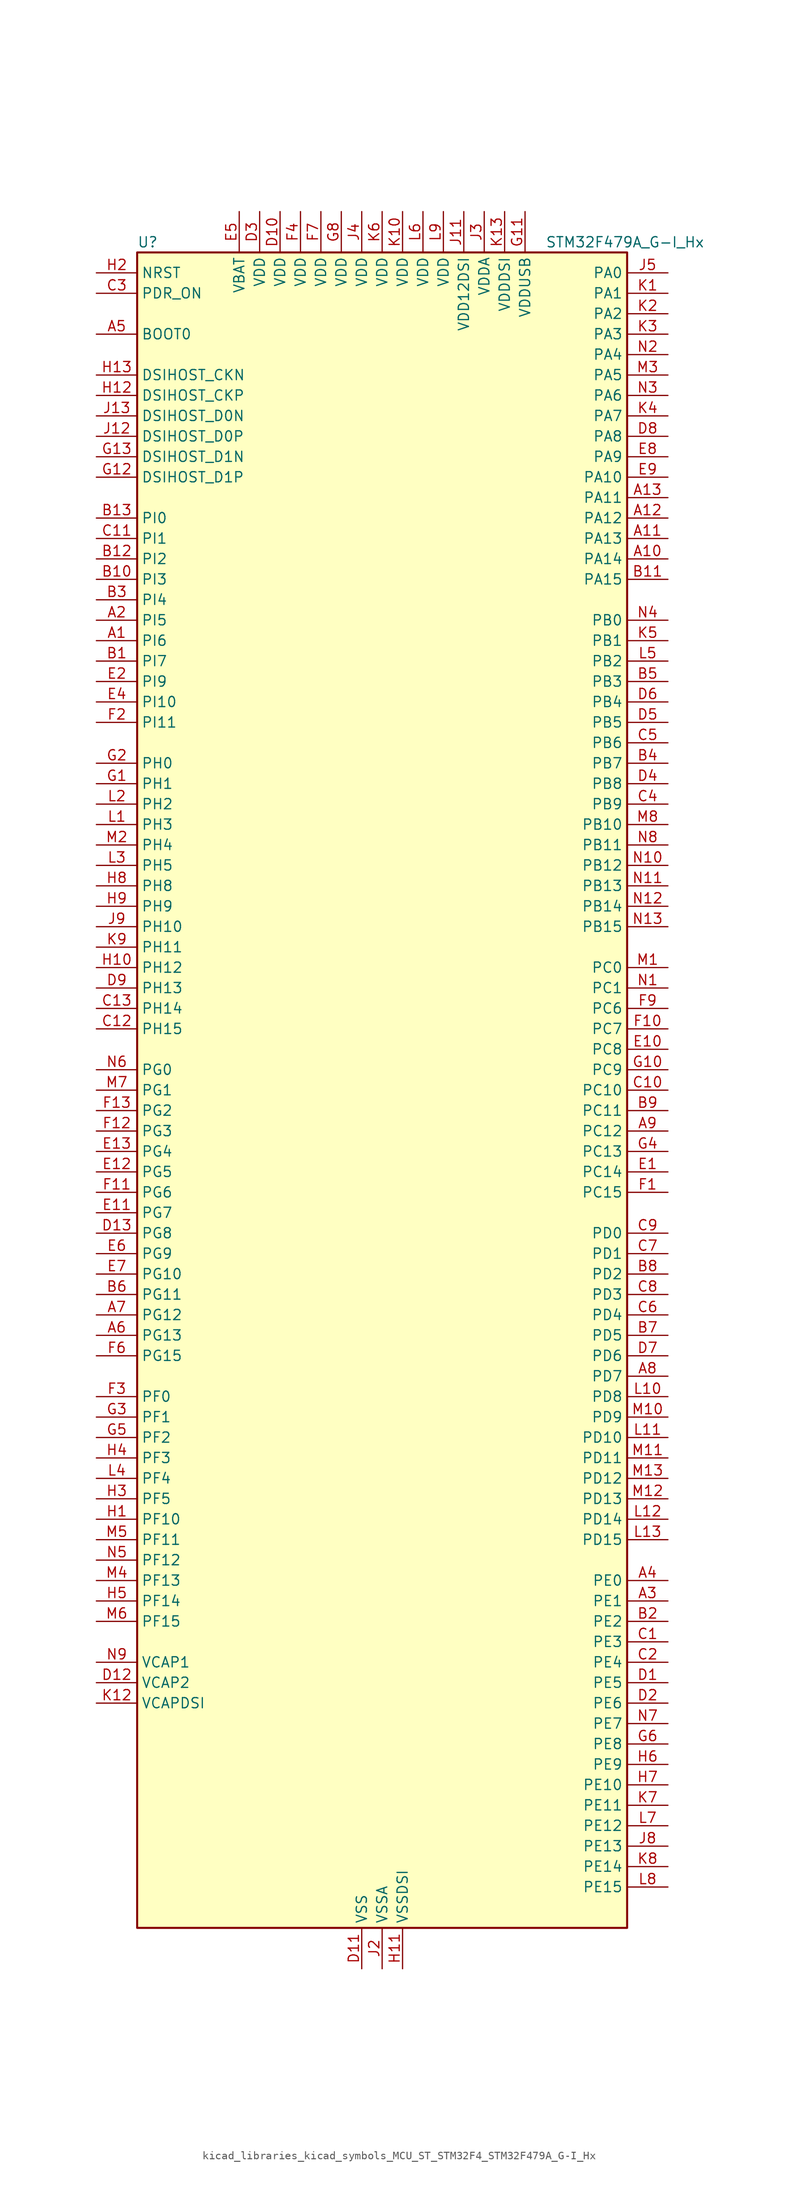
<source format=kicad_sym>
(kicad_symbol_lib
  (version 20220914)
  (generator kicad_symbol_editor)
  (symbol "kicad_libraries_kicad_symbols_MCU_ST_STM32F4_STM32F479A_G-I_Hx"
    (property "Reference" "U"
      (at -30.48 105.41 0)
      (effects (font (size 1.27 1.27)) (justify left)))
    (property "Value" "STM32F479A_G-I_Hx"
      (at 20.32 105.41 0)
      (effects (font (size 1.27 1.27)) (justify left)))
    (property "ki_locked" ""
      (at 0 0 0)
      (effects (font (size 1.27 1.27))))
    (symbol "kicad_libraries_kicad_symbols_MCU_ST_STM32F4_STM32F479A_G-I_Hx_0_1"
      (rectangle (start -30.48 -104.14) (end 30.48 104.14) (stroke (width 0.254) (type default)) (fill (type background))))
    (symbol "kicad_libraries_kicad_symbols_MCU_ST_STM32F4_STM32F479A_G-I_Hx_1_1"
      (pin bidirectional line (at -35.56 55.88 0) (length 5.08) (name "PI6" (effects (font (size 1.27 1.27)))) (number "A1" (effects (font (size 1.27 1.27)))) (alternate "DCMI_D6" bidirectional line) (alternate "FMC_D28" bidirectional line) (alternate "LTDC_B6" bidirectional line) (alternate "TIM8_CH2" bidirectional line))
      (pin bidirectional line (at 35.56 66.04 180) (length 5.08) (name "PA14" (effects (font (size 1.27 1.27)))) (number "A10" (effects (font (size 1.27 1.27)))) (alternate "SYS_JTCK-SWCLK" bidirectional line))
      (pin bidirectional line (at 35.56 68.58 180) (length 5.08) (name "PA13" (effects (font (size 1.27 1.27)))) (number "A11" (effects (font (size 1.27 1.27)))) (alternate "SYS_JTMS-SWDIO" bidirectional line))
      (pin bidirectional line (at 35.56 71.12 180) (length 5.08) (name "PA12" (effects (font (size 1.27 1.27)))) (number "A12" (effects (font (size 1.27 1.27)))) (alternate "CAN1_TX" bidirectional line) (alternate "LTDC_R5" bidirectional line) (alternate "TIM1_ETR" bidirectional line) (alternate "USART1_RTS" bidirectional line) (alternate "USB_OTG_FS_DP" bidirectional line))
      (pin bidirectional line (at 35.56 73.66 180) (length 5.08) (name "PA11" (effects (font (size 1.27 1.27)))) (number "A13" (effects (font (size 1.27 1.27)))) (alternate "ADC1_EXTI11" bidirectional line) (alternate "ADC2_EXTI11" bidirectional line) (alternate "ADC3_EXTI11" bidirectional line) (alternate "CAN1_RX" bidirectional line) (alternate "LTDC_R4" bidirectional line) (alternate "TIM1_CH4" bidirectional line) (alternate "USART1_CTS" bidirectional line) (alternate "USB_OTG_FS_DM" bidirectional line))
      (pin bidirectional line (at -35.56 58.42 0) (length 5.08) (name "PI5" (effects (font (size 1.27 1.27)))) (number "A2" (effects (font (size 1.27 1.27)))) (alternate "DCMI_VSYNC" bidirectional line) (alternate "FMC_NBL3" bidirectional line) (alternate "LTDC_B5" bidirectional line) (alternate "TIM8_CH1" bidirectional line))
      (pin bidirectional line (at 35.56 -63.5 180) (length 5.08) (name "PE1" (effects (font (size 1.27 1.27)))) (number "A3" (effects (font (size 1.27 1.27)))) (alternate "DCMI_D3" bidirectional line) (alternate "FMC_NBL1" bidirectional line) (alternate "UART8_TX" bidirectional line))
      (pin bidirectional line (at 35.56 -60.96 180) (length 5.08) (name "PE0" (effects (font (size 1.27 1.27)))) (number "A4" (effects (font (size 1.27 1.27)))) (alternate "DCMI_D2" bidirectional line) (alternate "FMC_NBL0" bidirectional line) (alternate "TIM4_ETR" bidirectional line) (alternate "UART8_RX" bidirectional line))
      (pin input line (at -35.56 93.98 0) (length 5.08) (name "BOOT0" (effects (font (size 1.27 1.27)))) (number "A5" (effects (font (size 1.27 1.27)))))
      (pin bidirectional line (at -35.56 -30.48 0) (length 5.08) (name "PG13" (effects (font (size 1.27 1.27)))) (number "A6" (effects (font (size 1.27 1.27)))) (alternate "FMC_A24" bidirectional line) (alternate "LTDC_R0" bidirectional line) (alternate "SPI6_SCK" bidirectional line) (alternate "SYS_TRACED0" bidirectional line) (alternate "USART6_CTS" bidirectional line))
      (pin bidirectional line (at -35.56 -27.94 0) (length 5.08) (name "PG12" (effects (font (size 1.27 1.27)))) (number "A7" (effects (font (size 1.27 1.27)))) (alternate "FMC_NE4" bidirectional line) (alternate "LTDC_B1" bidirectional line) (alternate "LTDC_B4" bidirectional line) (alternate "SPI6_MISO" bidirectional line) (alternate "USART6_RTS" bidirectional line))
      (pin bidirectional line (at 35.56 -35.56 180) (length 5.08) (name "PD7" (effects (font (size 1.27 1.27)))) (number "A8" (effects (font (size 1.27 1.27)))) (alternate "FMC_NE1" bidirectional line) (alternate "USART2_CK" bidirectional line))
      (pin bidirectional line (at 35.56 -5.08 180) (length 5.08) (name "PC12" (effects (font (size 1.27 1.27)))) (number "A9" (effects (font (size 1.27 1.27)))) (alternate "DCMI_D9" bidirectional line) (alternate "I2S3_SD" bidirectional line) (alternate "SDIO_CK" bidirectional line) (alternate "SPI3_MOSI" bidirectional line) (alternate "SYS_TRACED3" bidirectional line) (alternate "UART5_TX" bidirectional line) (alternate "USART3_CK" bidirectional line))
      (pin bidirectional line (at -35.56 53.34 0) (length 5.08) (name "PI7" (effects (font (size 1.27 1.27)))) (number "B1" (effects (font (size 1.27 1.27)))) (alternate "DCMI_D7" bidirectional line) (alternate "FMC_D29" bidirectional line) (alternate "LTDC_B7" bidirectional line) (alternate "TIM8_CH3" bidirectional line))
      (pin bidirectional line (at -35.56 63.5 0) (length 5.08) (name "PI3" (effects (font (size 1.27 1.27)))) (number "B10" (effects (font (size 1.27 1.27)))) (alternate "DCMI_D10" bidirectional line) (alternate "FMC_D27" bidirectional line) (alternate "I2S2_SD" bidirectional line) (alternate "SPI2_MOSI" bidirectional line) (alternate "TIM8_ETR" bidirectional line))
      (pin bidirectional line (at 35.56 63.5 180) (length 5.08) (name "PA15" (effects (font (size 1.27 1.27)))) (number "B11" (effects (font (size 1.27 1.27)))) (alternate "ADC1_EXTI15" bidirectional line) (alternate "ADC2_EXTI15" bidirectional line) (alternate "ADC3_EXTI15" bidirectional line) (alternate "I2S3_WS" bidirectional line) (alternate "SPI1_NSS" bidirectional line) (alternate "SPI3_NSS" bidirectional line) (alternate "SYS_JTDI" bidirectional line) (alternate "TIM2_CH1" bidirectional line) (alternate "TIM2_ETR" bidirectional line))
      (pin bidirectional line (at -35.56 66.04 0) (length 5.08) (name "PI2" (effects (font (size 1.27 1.27)))) (number "B12" (effects (font (size 1.27 1.27)))) (alternate "DCMI_D9" bidirectional line) (alternate "FMC_D26" bidirectional line) (alternate "I2S2_ext_SD" bidirectional line) (alternate "LTDC_G7" bidirectional line) (alternate "SPI2_MISO" bidirectional line) (alternate "TIM8_CH4" bidirectional line))
      (pin bidirectional line (at -35.56 71.12 0) (length 5.08) (name "PI0" (effects (font (size 1.27 1.27)))) (number "B13" (effects (font (size 1.27 1.27)))) (alternate "DCMI_D13" bidirectional line) (alternate "FMC_D24" bidirectional line) (alternate "I2S2_WS" bidirectional line) (alternate "LTDC_G5" bidirectional line) (alternate "SPI2_NSS" bidirectional line) (alternate "TIM5_CH4" bidirectional line))
      (pin bidirectional line (at 35.56 -66.04 180) (length 5.08) (name "PE2" (effects (font (size 1.27 1.27)))) (number "B2" (effects (font (size 1.27 1.27)))) (alternate "FMC_A23" bidirectional line) (alternate "QUADSPI_BK1_IO2" bidirectional line) (alternate "SAI1_MCLK_A" bidirectional line) (alternate "SPI4_SCK" bidirectional line) (alternate "SYS_TRACECLK" bidirectional line))
      (pin bidirectional line (at -35.56 60.96 0) (length 5.08) (name "PI4" (effects (font (size 1.27 1.27)))) (number "B3" (effects (font (size 1.27 1.27)))) (alternate "DCMI_D5" bidirectional line) (alternate "FMC_NBL2" bidirectional line) (alternate "LTDC_B4" bidirectional line) (alternate "TIM8_BKIN" bidirectional line))
      (pin bidirectional line (at 35.56 40.64 180) (length 5.08) (name "PB7" (effects (font (size 1.27 1.27)))) (number "B4" (effects (font (size 1.27 1.27)))) (alternate "DCMI_VSYNC" bidirectional line) (alternate "FMC_NL" bidirectional line) (alternate "I2C1_SDA" bidirectional line) (alternate "TIM4_CH2" bidirectional line) (alternate "USART1_RX" bidirectional line))
      (pin bidirectional line (at 35.56 50.8 180) (length 5.08) (name "PB3" (effects (font (size 1.27 1.27)))) (number "B5" (effects (font (size 1.27 1.27)))) (alternate "I2S3_CK" bidirectional line) (alternate "SPI1_SCK" bidirectional line) (alternate "SPI3_SCK" bidirectional line) (alternate "SYS_JTDO-SWO" bidirectional line) (alternate "TIM2_CH2" bidirectional line))
      (pin bidirectional line (at -35.56 -25.4 0) (length 5.08) (name "PG11" (effects (font (size 1.27 1.27)))) (number "B6" (effects (font (size 1.27 1.27)))) (alternate "ADC1_EXTI11" bidirectional line) (alternate "ADC2_EXTI11" bidirectional line) (alternate "ADC3_EXTI11" bidirectional line) (alternate "DCMI_D3" bidirectional line) (alternate "LTDC_B3" bidirectional line))
      (pin bidirectional line (at 35.56 -30.48 180) (length 5.08) (name "PD5" (effects (font (size 1.27 1.27)))) (number "B7" (effects (font (size 1.27 1.27)))) (alternate "FMC_NWE" bidirectional line) (alternate "USART2_TX" bidirectional line))
      (pin bidirectional line (at 35.56 -22.86 180) (length 5.08) (name "PD2" (effects (font (size 1.27 1.27)))) (number "B8" (effects (font (size 1.27 1.27)))) (alternate "DCMI_D11" bidirectional line) (alternate "SDIO_CMD" bidirectional line) (alternate "SYS_TRACED2" bidirectional line) (alternate "TIM3_ETR" bidirectional line) (alternate "UART5_RX" bidirectional line))
      (pin bidirectional line (at 35.56 -2.54 180) (length 5.08) (name "PC11" (effects (font (size 1.27 1.27)))) (number "B9" (effects (font (size 1.27 1.27)))) (alternate "ADC1_EXTI11" bidirectional line) (alternate "ADC2_EXTI11" bidirectional line) (alternate "ADC3_EXTI11" bidirectional line) (alternate "DCMI_D4" bidirectional line) (alternate "I2S3_ext_SD" bidirectional line) (alternate "QUADSPI_BK2_NCS" bidirectional line) (alternate "SDIO_D3" bidirectional line) (alternate "SPI3_MISO" bidirectional line) (alternate "UART4_RX" bidirectional line) (alternate "USART3_RX" bidirectional line))
      (pin bidirectional line (at 35.56 -68.58 180) (length 5.08) (name "PE3" (effects (font (size 1.27 1.27)))) (number "C1" (effects (font (size 1.27 1.27)))) (alternate "FMC_A19" bidirectional line) (alternate "SAI1_SD_B" bidirectional line) (alternate "SYS_TRACED0" bidirectional line))
      (pin bidirectional line (at 35.56 0 180) (length 5.08) (name "PC10" (effects (font (size 1.27 1.27)))) (number "C10" (effects (font (size 1.27 1.27)))) (alternate "DCMI_D8" bidirectional line) (alternate "I2S3_CK" bidirectional line) (alternate "LTDC_R2" bidirectional line) (alternate "QUADSPI_BK1_IO1" bidirectional line) (alternate "SDIO_D2" bidirectional line) (alternate "SPI3_SCK" bidirectional line) (alternate "UART4_TX" bidirectional line) (alternate "USART3_TX" bidirectional line))
      (pin bidirectional line (at -35.56 68.58 0) (length 5.08) (name "PI1" (effects (font (size 1.27 1.27)))) (number "C11" (effects (font (size 1.27 1.27)))) (alternate "DCMI_D8" bidirectional line) (alternate "FMC_D25" bidirectional line) (alternate "I2S2_CK" bidirectional line) (alternate "LTDC_G6" bidirectional line) (alternate "SPI2_SCK" bidirectional line))
      (pin bidirectional line (at -35.56 7.62 0) (length 5.08) (name "PH15" (effects (font (size 1.27 1.27)))) (number "C12" (effects (font (size 1.27 1.27)))) (alternate "ADC1_EXTI15" bidirectional line) (alternate "ADC2_EXTI15" bidirectional line) (alternate "ADC3_EXTI15" bidirectional line) (alternate "DCMI_D11" bidirectional line) (alternate "FMC_D23" bidirectional line) (alternate "LTDC_G4" bidirectional line) (alternate "TIM8_CH3N" bidirectional line))
      (pin bidirectional line (at -35.56 10.16 0) (length 5.08) (name "PH14" (effects (font (size 1.27 1.27)))) (number "C13" (effects (font (size 1.27 1.27)))) (alternate "DCMI_D4" bidirectional line) (alternate "FMC_D22" bidirectional line) (alternate "LTDC_G3" bidirectional line) (alternate "TIM8_CH2N" bidirectional line))
      (pin bidirectional line (at 35.56 -71.12 180) (length 5.08) (name "PE4" (effects (font (size 1.27 1.27)))) (number "C2" (effects (font (size 1.27 1.27)))) (alternate "DCMI_D4" bidirectional line) (alternate "FMC_A20" bidirectional line) (alternate "LTDC_B0" bidirectional line) (alternate "SAI1_FS_A" bidirectional line) (alternate "SPI4_NSS" bidirectional line) (alternate "SYS_TRACED1" bidirectional line))
      (pin input line (at -35.56 99.06 0) (length 5.08) (name "PDR_ON" (effects (font (size 1.27 1.27)))) (number "C3" (effects (font (size 1.27 1.27)))))
      (pin bidirectional line (at 35.56 35.56 180) (length 5.08) (name "PB9" (effects (font (size 1.27 1.27)))) (number "C4" (effects (font (size 1.27 1.27)))) (alternate "CAN1_TX" bidirectional line) (alternate "DAC_EXTI9" bidirectional line) (alternate "DCMI_D7" bidirectional line) (alternate "I2C1_SDA" bidirectional line) (alternate "I2S2_WS" bidirectional line) (alternate "LTDC_B7" bidirectional line) (alternate "SDIO_D5" bidirectional line) (alternate "SPI2_NSS" bidirectional line) (alternate "TIM11_CH1" bidirectional line) (alternate "TIM4_CH4" bidirectional line))
      (pin bidirectional line (at 35.56 43.18 180) (length 5.08) (name "PB6" (effects (font (size 1.27 1.27)))) (number "C5" (effects (font (size 1.27 1.27)))) (alternate "CAN2_TX" bidirectional line) (alternate "DCMI_D5" bidirectional line) (alternate "FMC_SDNE1" bidirectional line) (alternate "I2C1_SCL" bidirectional line) (alternate "QUADSPI_BK1_NCS" bidirectional line) (alternate "TIM4_CH1" bidirectional line) (alternate "USART1_TX" bidirectional line))
      (pin bidirectional line (at 35.56 -27.94 180) (length 5.08) (name "PD4" (effects (font (size 1.27 1.27)))) (number "C6" (effects (font (size 1.27 1.27)))) (alternate "FMC_NOE" bidirectional line) (alternate "USART2_RTS" bidirectional line))
      (pin bidirectional line (at 35.56 -20.32 180) (length 5.08) (name "PD1" (effects (font (size 1.27 1.27)))) (number "C7" (effects (font (size 1.27 1.27)))) (alternate "CAN1_TX" bidirectional line) (alternate "FMC_D3" bidirectional line) (alternate "FMC_DA3" bidirectional line))
      (pin bidirectional line (at 35.56 -25.4 180) (length 5.08) (name "PD3" (effects (font (size 1.27 1.27)))) (number "C8" (effects (font (size 1.27 1.27)))) (alternate "DCMI_D5" bidirectional line) (alternate "FMC_CLK" bidirectional line) (alternate "I2S2_CK" bidirectional line) (alternate "LTDC_G7" bidirectional line) (alternate "SPI2_SCK" bidirectional line) (alternate "USART2_CTS" bidirectional line))
      (pin bidirectional line (at 35.56 -17.78 180) (length 5.08) (name "PD0" (effects (font (size 1.27 1.27)))) (number "C9" (effects (font (size 1.27 1.27)))) (alternate "CAN1_RX" bidirectional line) (alternate "FMC_D2" bidirectional line) (alternate "FMC_DA2" bidirectional line))
      (pin bidirectional line (at 35.56 -73.66 180) (length 5.08) (name "PE5" (effects (font (size 1.27 1.27)))) (number "D1" (effects (font (size 1.27 1.27)))) (alternate "DCMI_D6" bidirectional line) (alternate "FMC_A21" bidirectional line) (alternate "LTDC_G0" bidirectional line) (alternate "SAI1_SCK_A" bidirectional line) (alternate "SPI4_MISO" bidirectional line) (alternate "SYS_TRACED2" bidirectional line) (alternate "TIM9_CH1" bidirectional line))
      (pin power_in line (at -12.7 109.22 270) (length 5.08) (name "VDD" (effects (font (size 1.27 1.27)))) (number "D10" (effects (font (size 1.27 1.27)))))
      (pin power_in line (at -2.54 -109.22 90) (length 5.08) (name "VSS" (effects (font (size 1.27 1.27)))) (number "D11" (effects (font (size 1.27 1.27)))))
      (pin power_out line (at -35.56 -73.66 0) (length 5.08) (name "VCAP2" (effects (font (size 1.27 1.27)))) (number "D12" (effects (font (size 1.27 1.27)))))
      (pin bidirectional line (at -35.56 -17.78 0) (length 5.08) (name "PG8" (effects (font (size 1.27 1.27)))) (number "D13" (effects (font (size 1.27 1.27)))) (alternate "FMC_SDCLK" bidirectional line) (alternate "LTDC_G7" bidirectional line) (alternate "SPI6_NSS" bidirectional line) (alternate "USART6_RTS" bidirectional line))
      (pin bidirectional line (at 35.56 -76.2 180) (length 5.08) (name "PE6" (effects (font (size 1.27 1.27)))) (number "D2" (effects (font (size 1.27 1.27)))) (alternate "DCMI_D7" bidirectional line) (alternate "FMC_A22" bidirectional line) (alternate "LTDC_G1" bidirectional line) (alternate "SAI1_SD_A" bidirectional line) (alternate "SPI4_MOSI" bidirectional line) (alternate "SYS_TRACED3" bidirectional line) (alternate "TIM9_CH2" bidirectional line))
      (pin power_in line (at -15.24 109.22 270) (length 5.08) (name "VDD" (effects (font (size 1.27 1.27)))) (number "D3" (effects (font (size 1.27 1.27)))))
      (pin bidirectional line (at 35.56 38.1 180) (length 5.08) (name "PB8" (effects (font (size 1.27 1.27)))) (number "D4" (effects (font (size 1.27 1.27)))) (alternate "CAN1_RX" bidirectional line) (alternate "DCMI_D6" bidirectional line) (alternate "I2C1_SCL" bidirectional line) (alternate "LTDC_B6" bidirectional line) (alternate "SDIO_D4" bidirectional line) (alternate "TIM10_CH1" bidirectional line) (alternate "TIM4_CH3" bidirectional line))
      (pin bidirectional line (at 35.56 45.72 180) (length 5.08) (name "PB5" (effects (font (size 1.27 1.27)))) (number "D5" (effects (font (size 1.27 1.27)))) (alternate "CAN2_RX" bidirectional line) (alternate "DCMI_D10" bidirectional line) (alternate "FMC_SDCKE1" bidirectional line) (alternate "I2C1_SMBA" bidirectional line) (alternate "I2S3_SD" bidirectional line) (alternate "LTDC_G7" bidirectional line) (alternate "SPI1_MOSI" bidirectional line) (alternate "SPI3_MOSI" bidirectional line) (alternate "TIM3_CH2" bidirectional line) (alternate "USB_OTG_HS_ULPI_D7" bidirectional line))
      (pin bidirectional line (at 35.56 48.26 180) (length 5.08) (name "PB4" (effects (font (size 1.27 1.27)))) (number "D6" (effects (font (size 1.27 1.27)))) (alternate "I2S3_ext_SD" bidirectional line) (alternate "SPI1_MISO" bidirectional line) (alternate "SPI3_MISO" bidirectional line) (alternate "SYS_JTRST" bidirectional line) (alternate "TIM3_CH1" bidirectional line))
      (pin bidirectional line (at 35.56 -33.02 180) (length 5.08) (name "PD6" (effects (font (size 1.27 1.27)))) (number "D7" (effects (font (size 1.27 1.27)))) (alternate "DCMI_D10" bidirectional line) (alternate "FMC_NWAIT" bidirectional line) (alternate "I2S3_SD" bidirectional line) (alternate "LTDC_B2" bidirectional line) (alternate "SAI1_SD_A" bidirectional line) (alternate "SPI3_MOSI" bidirectional line) (alternate "USART2_RX" bidirectional line))
      (pin bidirectional line (at 35.56 81.28 180) (length 5.08) (name "PA8" (effects (font (size 1.27 1.27)))) (number "D8" (effects (font (size 1.27 1.27)))) (alternate "I2C3_SCL" bidirectional line) (alternate "LTDC_R6" bidirectional line) (alternate "RCC_MCO_1" bidirectional line) (alternate "TIM1_CH1" bidirectional line) (alternate "USART1_CK" bidirectional line) (alternate "USB_OTG_FS_SOF" bidirectional line))
      (pin bidirectional line (at -35.56 12.7 0) (length 5.08) (name "PH13" (effects (font (size 1.27 1.27)))) (number "D9" (effects (font (size 1.27 1.27)))) (alternate "CAN1_TX" bidirectional line) (alternate "FMC_D21" bidirectional line) (alternate "LTDC_G2" bidirectional line) (alternate "TIM8_CH1N" bidirectional line))
      (pin bidirectional line (at 35.56 -10.16 180) (length 5.08) (name "PC14" (effects (font (size 1.27 1.27)))) (number "E1" (effects (font (size 1.27 1.27)))) (alternate "RCC_OSC32_IN" bidirectional line))
      (pin bidirectional line (at 35.56 5.08 180) (length 5.08) (name "PC8" (effects (font (size 1.27 1.27)))) (number "E10" (effects (font (size 1.27 1.27)))) (alternate "DCMI_D2" bidirectional line) (alternate "SDIO_D0" bidirectional line) (alternate "SYS_TRACED1" bidirectional line) (alternate "TIM3_CH3" bidirectional line) (alternate "TIM8_CH3" bidirectional line) (alternate "USART6_CK" bidirectional line))
      (pin bidirectional line (at -35.56 -15.24 0) (length 5.08) (name "PG7" (effects (font (size 1.27 1.27)))) (number "E11" (effects (font (size 1.27 1.27)))) (alternate "DCMI_D13" bidirectional line) (alternate "FMC_INT" bidirectional line) (alternate "LTDC_CLK" bidirectional line) (alternate "SAI1_MCLK_A" bidirectional line) (alternate "USART6_CK" bidirectional line))
      (pin bidirectional line (at -35.56 -10.16 0) (length 5.08) (name "PG5" (effects (font (size 1.27 1.27)))) (number "E12" (effects (font (size 1.27 1.27)))) (alternate "FMC_A15" bidirectional line) (alternate "FMC_BA1" bidirectional line))
      (pin bidirectional line (at -35.56 -7.62 0) (length 5.08) (name "PG4" (effects (font (size 1.27 1.27)))) (number "E13" (effects (font (size 1.27 1.27)))) (alternate "FMC_A14" bidirectional line) (alternate "FMC_BA0" bidirectional line))
      (pin bidirectional line (at -35.56 50.8 0) (length 5.08) (name "PI9" (effects (font (size 1.27 1.27)))) (number "E2" (effects (font (size 1.27 1.27)))) (alternate "CAN1_RX" bidirectional line) (alternate "DAC_EXTI9" bidirectional line) (alternate "FMC_D30" bidirectional line) (alternate "LTDC_VSYNC" bidirectional line))
      (pin passive line (at -2.54 -109.22 90) (length 5.08) hide (name "VSS" (effects (font (size 1.27 1.27)))) (number "E3" (effects (font (size 1.27 1.27)))))
      (pin bidirectional line (at -35.56 48.26 0) (length 5.08) (name "PI10" (effects (font (size 1.27 1.27)))) (number "E4" (effects (font (size 1.27 1.27)))) (alternate "FMC_D31" bidirectional line) (alternate "LTDC_HSYNC" bidirectional line))
      (pin power_in line (at -17.78 109.22 270) (length 5.08) (name "VBAT" (effects (font (size 1.27 1.27)))) (number "E5" (effects (font (size 1.27 1.27)))))
      (pin bidirectional line (at -35.56 -20.32 0) (length 5.08) (name "PG9" (effects (font (size 1.27 1.27)))) (number "E6" (effects (font (size 1.27 1.27)))) (alternate "DAC_EXTI9" bidirectional line) (alternate "DCMI_VSYNC" bidirectional line) (alternate "FMC_NCE" bidirectional line) (alternate "FMC_NE2" bidirectional line) (alternate "QUADSPI_BK2_IO2" bidirectional line) (alternate "USART6_RX" bidirectional line))
      (pin bidirectional line (at -35.56 -22.86 0) (length 5.08) (name "PG10" (effects (font (size 1.27 1.27)))) (number "E7" (effects (font (size 1.27 1.27)))) (alternate "DCMI_D2" bidirectional line) (alternate "FMC_NE3" bidirectional line) (alternate "LTDC_B2" bidirectional line) (alternate "LTDC_G3" bidirectional line))
      (pin bidirectional line (at 35.56 78.74 180) (length 5.08) (name "PA9" (effects (font (size 1.27 1.27)))) (number "E8" (effects (font (size 1.27 1.27)))) (alternate "DAC_EXTI9" bidirectional line) (alternate "DCMI_D0" bidirectional line) (alternate "I2C3_SMBA" bidirectional line) (alternate "I2S2_CK" bidirectional line) (alternate "SPI2_SCK" bidirectional line) (alternate "TIM1_CH2" bidirectional line) (alternate "USART1_TX" bidirectional line) (alternate "USB_OTG_FS_VBUS" bidirectional line))
      (pin bidirectional line (at 35.56 76.2 180) (length 5.08) (name "PA10" (effects (font (size 1.27 1.27)))) (number "E9" (effects (font (size 1.27 1.27)))) (alternate "DCMI_D1" bidirectional line) (alternate "TIM1_CH3" bidirectional line) (alternate "USART1_RX" bidirectional line) (alternate "USB_OTG_FS_ID" bidirectional line))
      (pin bidirectional line (at 35.56 -12.7 180) (length 5.08) (name "PC15" (effects (font (size 1.27 1.27)))) (number "F1" (effects (font (size 1.27 1.27)))) (alternate "ADC1_EXTI15" bidirectional line) (alternate "ADC2_EXTI15" bidirectional line) (alternate "ADC3_EXTI15" bidirectional line) (alternate "RCC_OSC32_OUT" bidirectional line))
      (pin bidirectional line (at 35.56 7.62 180) (length 5.08) (name "PC7" (effects (font (size 1.27 1.27)))) (number "F10" (effects (font (size 1.27 1.27)))) (alternate "DCMI_D1" bidirectional line) (alternate "I2S3_MCK" bidirectional line) (alternate "LTDC_G6" bidirectional line) (alternate "SDIO_D7" bidirectional line) (alternate "TIM3_CH2" bidirectional line) (alternate "TIM8_CH2" bidirectional line) (alternate "USART6_RX" bidirectional line))
      (pin bidirectional line (at -35.56 -12.7 0) (length 5.08) (name "PG6" (effects (font (size 1.27 1.27)))) (number "F11" (effects (font (size 1.27 1.27)))) (alternate "DCMI_D12" bidirectional line) (alternate "LTDC_R7" bidirectional line))
      (pin bidirectional line (at -35.56 -5.08 0) (length 5.08) (name "PG3" (effects (font (size 1.27 1.27)))) (number "F12" (effects (font (size 1.27 1.27)))) (alternate "FMC_A13" bidirectional line))
      (pin bidirectional line (at -35.56 -2.54 0) (length 5.08) (name "PG2" (effects (font (size 1.27 1.27)))) (number "F13" (effects (font (size 1.27 1.27)))) (alternate "FMC_A12" bidirectional line))
      (pin bidirectional line (at -35.56 45.72 0) (length 5.08) (name "PI11" (effects (font (size 1.27 1.27)))) (number "F2" (effects (font (size 1.27 1.27)))) (alternate "ADC1_EXTI11" bidirectional line) (alternate "ADC2_EXTI11" bidirectional line) (alternate "ADC3_EXTI11" bidirectional line) (alternate "LTDC_G6" bidirectional line) (alternate "USB_OTG_HS_ULPI_DIR" bidirectional line))
      (pin bidirectional line (at -35.56 -38.1 0) (length 5.08) (name "PF0" (effects (font (size 1.27 1.27)))) (number "F3" (effects (font (size 1.27 1.27)))) (alternate "FMC_A0" bidirectional line) (alternate "I2C2_SDA" bidirectional line))
      (pin power_in line (at -10.16 109.22 270) (length 5.08) (name "VDD" (effects (font (size 1.27 1.27)))) (number "F4" (effects (font (size 1.27 1.27)))))
      (pin passive line (at -2.54 -109.22 90) (length 5.08) hide (name "VSS" (effects (font (size 1.27 1.27)))) (number "F5" (effects (font (size 1.27 1.27)))))
      (pin bidirectional line (at -35.56 -33.02 0) (length 5.08) (name "PG15" (effects (font (size 1.27 1.27)))) (number "F6" (effects (font (size 1.27 1.27)))) (alternate "ADC1_EXTI15" bidirectional line) (alternate "ADC2_EXTI15" bidirectional line) (alternate "ADC3_EXTI15" bidirectional line) (alternate "DCMI_D13" bidirectional line) (alternate "FMC_SDNCAS" bidirectional line) (alternate "USART6_CTS" bidirectional line))
      (pin power_in line (at -7.62 109.22 270) (length 5.08) (name "VDD" (effects (font (size 1.27 1.27)))) (number "F7" (effects (font (size 1.27 1.27)))))
      (pin passive line (at -2.54 -109.22 90) (length 5.08) hide (name "VSS" (effects (font (size 1.27 1.27)))) (number "F8" (effects (font (size 1.27 1.27)))))
      (pin bidirectional line (at 35.56 10.16 180) (length 5.08) (name "PC6" (effects (font (size 1.27 1.27)))) (number "F9" (effects (font (size 1.27 1.27)))) (alternate "DCMI_D0" bidirectional line) (alternate "I2S2_MCK" bidirectional line) (alternate "LTDC_HSYNC" bidirectional line) (alternate "SDIO_D6" bidirectional line) (alternate "TIM3_CH1" bidirectional line) (alternate "TIM8_CH1" bidirectional line) (alternate "USART6_TX" bidirectional line))
      (pin bidirectional line (at -35.56 38.1 0) (length 5.08) (name "PH1" (effects (font (size 1.27 1.27)))) (number "G1" (effects (font (size 1.27 1.27)))) (alternate "RCC_OSC_OUT" bidirectional line))
      (pin bidirectional line (at 35.56 2.54 180) (length 5.08) (name "PC9" (effects (font (size 1.27 1.27)))) (number "G10" (effects (font (size 1.27 1.27)))) (alternate "DAC_EXTI9" bidirectional line) (alternate "DCMI_D3" bidirectional line) (alternate "I2C3_SDA" bidirectional line) (alternate "I2S_CKIN" bidirectional line) (alternate "QUADSPI_BK1_IO0" bidirectional line) (alternate "RCC_MCO_2" bidirectional line) (alternate "SDIO_D1" bidirectional line) (alternate "TIM3_CH4" bidirectional line) (alternate "TIM8_CH4" bidirectional line))
      (pin power_in line (at 17.78 109.22 270) (length 5.08) (name "VDDUSB" (effects (font (size 1.27 1.27)))) (number "G11" (effects (font (size 1.27 1.27)))))
      (pin bidirectional line (at -35.56 76.2 0) (length 5.08) (name "DSIHOST_D1P" (effects (font (size 1.27 1.27)))) (number "G12" (effects (font (size 1.27 1.27)))) (alternate "DSIHOST_D1P" bidirectional line))
      (pin bidirectional line (at -35.56 78.74 0) (length 5.08) (name "DSIHOST_D1N" (effects (font (size 1.27 1.27)))) (number "G13" (effects (font (size 1.27 1.27)))) (alternate "DSIHOST_D1N" bidirectional line))
      (pin bidirectional line (at -35.56 40.64 0) (length 5.08) (name "PH0" (effects (font (size 1.27 1.27)))) (number "G2" (effects (font (size 1.27 1.27)))) (alternate "RCC_OSC_IN" bidirectional line))
      (pin bidirectional line (at -35.56 -40.64 0) (length 5.08) (name "PF1" (effects (font (size 1.27 1.27)))) (number "G3" (effects (font (size 1.27 1.27)))) (alternate "FMC_A1" bidirectional line) (alternate "I2C2_SCL" bidirectional line))
      (pin bidirectional line (at 35.56 -7.62 180) (length 5.08) (name "PC13" (effects (font (size 1.27 1.27)))) (number "G4" (effects (font (size 1.27 1.27)))) (alternate "RTC_AF1" bidirectional line))
      (pin bidirectional line (at -35.56 -43.18 0) (length 5.08) (name "PF2" (effects (font (size 1.27 1.27)))) (number "G5" (effects (font (size 1.27 1.27)))) (alternate "FMC_A2" bidirectional line) (alternate "I2C2_SMBA" bidirectional line))
      (pin bidirectional line (at 35.56 -81.28 180) (length 5.08) (name "PE8" (effects (font (size 1.27 1.27)))) (number "G6" (effects (font (size 1.27 1.27)))) (alternate "FMC_D5" bidirectional line) (alternate "FMC_DA5" bidirectional line) (alternate "QUADSPI_BK2_IO1" bidirectional line) (alternate "TIM1_CH1N" bidirectional line) (alternate "UART7_TX" bidirectional line))
      (pin passive line (at -2.54 -109.22 90) (length 5.08) hide (name "VSS" (effects (font (size 1.27 1.27)))) (number "G7" (effects (font (size 1.27 1.27)))))
      (pin power_in line (at -5.08 109.22 270) (length 5.08) (name "VDD" (effects (font (size 1.27 1.27)))) (number "G8" (effects (font (size 1.27 1.27)))))
      (pin passive line (at -2.54 -109.22 90) (length 5.08) hide (name "VSS" (effects (font (size 1.27 1.27)))) (number "G9" (effects (font (size 1.27 1.27)))))
      (pin bidirectional line (at -35.56 -53.34 0) (length 5.08) (name "PF10" (effects (font (size 1.27 1.27)))) (number "H1" (effects (font (size 1.27 1.27)))) (alternate "ADC3_IN8" bidirectional line) (alternate "DCMI_D11" bidirectional line) (alternate "LTDC_DE" bidirectional line) (alternate "QUADSPI_CLK" bidirectional line))
      (pin bidirectional line (at -35.56 15.24 0) (length 5.08) (name "PH12" (effects (font (size 1.27 1.27)))) (number "H10" (effects (font (size 1.27 1.27)))) (alternate "DCMI_D3" bidirectional line) (alternate "FMC_D20" bidirectional line) (alternate "LTDC_R6" bidirectional line) (alternate "TIM5_CH3" bidirectional line))
      (pin power_in line (at 2.54 -109.22 90) (length 5.08) (name "VSSDSI" (effects (font (size 1.27 1.27)))) (number "H11" (effects (font (size 1.27 1.27)))))
      (pin bidirectional line (at -35.56 86.36 0) (length 5.08) (name "DSIHOST_CKP" (effects (font (size 1.27 1.27)))) (number "H12" (effects (font (size 1.27 1.27)))) (alternate "DSIHOST_CKP" bidirectional line))
      (pin bidirectional line (at -35.56 88.9 0) (length 5.08) (name "DSIHOST_CKN" (effects (font (size 1.27 1.27)))) (number "H13" (effects (font (size 1.27 1.27)))) (alternate "DSIHOST_CKN" bidirectional line))
      (pin input line (at -35.56 101.6 0) (length 5.08) (name "NRST" (effects (font (size 1.27 1.27)))) (number "H2" (effects (font (size 1.27 1.27)))))
      (pin bidirectional line (at -35.56 -50.8 0) (length 5.08) (name "PF5" (effects (font (size 1.27 1.27)))) (number "H3" (effects (font (size 1.27 1.27)))) (alternate "ADC3_IN15" bidirectional line) (alternate "FMC_A5" bidirectional line))
      (pin bidirectional line (at -35.56 -45.72 0) (length 5.08) (name "PF3" (effects (font (size 1.27 1.27)))) (number "H4" (effects (font (size 1.27 1.27)))) (alternate "ADC3_IN9" bidirectional line) (alternate "FMC_A3" bidirectional line))
      (pin bidirectional line (at -35.56 -63.5 0) (length 5.08) (name "PF14" (effects (font (size 1.27 1.27)))) (number "H5" (effects (font (size 1.27 1.27)))) (alternate "FMC_A8" bidirectional line))
      (pin bidirectional line (at 35.56 -83.82 180) (length 5.08) (name "PE9" (effects (font (size 1.27 1.27)))) (number "H6" (effects (font (size 1.27 1.27)))) (alternate "DAC_EXTI9" bidirectional line) (alternate "FMC_D6" bidirectional line) (alternate "FMC_DA6" bidirectional line) (alternate "QUADSPI_BK2_IO2" bidirectional line) (alternate "TIM1_CH1" bidirectional line))
      (pin bidirectional line (at 35.56 -86.36 180) (length 5.08) (name "PE10" (effects (font (size 1.27 1.27)))) (number "H7" (effects (font (size 1.27 1.27)))) (alternate "FMC_D7" bidirectional line) (alternate "FMC_DA7" bidirectional line) (alternate "QUADSPI_BK2_IO3" bidirectional line) (alternate "TIM1_CH2N" bidirectional line))
      (pin bidirectional line (at -35.56 25.4 0) (length 5.08) (name "PH8" (effects (font (size 1.27 1.27)))) (number "H8" (effects (font (size 1.27 1.27)))) (alternate "DCMI_HSYNC" bidirectional line) (alternate "FMC_D16" bidirectional line) (alternate "I2C3_SDA" bidirectional line) (alternate "LTDC_R2" bidirectional line))
      (pin bidirectional line (at -35.56 22.86 0) (length 5.08) (name "PH9" (effects (font (size 1.27 1.27)))) (number "H9" (effects (font (size 1.27 1.27)))) (alternate "DAC_EXTI9" bidirectional line) (alternate "DCMI_D0" bidirectional line) (alternate "FMC_D17" bidirectional line) (alternate "I2C3_SMBA" bidirectional line) (alternate "LTDC_R3" bidirectional line) (alternate "TIM12_CH2" bidirectional line))
      (pin passive line (at -2.54 -109.22 90) (length 5.08) hide (name "VSS" (effects (font (size 1.27 1.27)))) (number "J1" (effects (font (size 1.27 1.27)))))
      (pin passive line (at -2.54 -109.22 90) (length 5.08) hide (name "VSS" (effects (font (size 1.27 1.27)))) (number "J10" (effects (font (size 1.27 1.27)))))
      (pin power_in line (at 10.16 109.22 270) (length 5.08) (name "VDD12DSI" (effects (font (size 1.27 1.27)))) (number "J11" (effects (font (size 1.27 1.27)))))
      (pin bidirectional line (at -35.56 81.28 0) (length 5.08) (name "DSIHOST_D0P" (effects (font (size 1.27 1.27)))) (number "J12" (effects (font (size 1.27 1.27)))) (alternate "DSIHOST_D0P" bidirectional line))
      (pin bidirectional line (at -35.56 83.82 0) (length 5.08) (name "DSIHOST_D0N" (effects (font (size 1.27 1.27)))) (number "J13" (effects (font (size 1.27 1.27)))) (alternate "DSIHOST_D0N" bidirectional line))
      (pin power_in line (at 0 -109.22 90) (length 5.08) (name "VSSA" (effects (font (size 1.27 1.27)))) (number "J2" (effects (font (size 1.27 1.27)))))
      (pin power_in line (at 12.7 109.22 270) (length 5.08) (name "VDDA" (effects (font (size 1.27 1.27)))) (number "J3" (effects (font (size 1.27 1.27)))))
      (pin power_in line (at -2.54 109.22 270) (length 5.08) (name "VDD" (effects (font (size 1.27 1.27)))) (number "J4" (effects (font (size 1.27 1.27)))))
      (pin bidirectional line (at 35.56 101.6 180) (length 5.08) (name "PA0" (effects (font (size 1.27 1.27)))) (number "J5" (effects (font (size 1.27 1.27)))) (alternate "ADC1_IN0" bidirectional line) (alternate "ADC2_IN0" bidirectional line) (alternate "ADC3_IN0" bidirectional line) (alternate "SYS_WKUP" bidirectional line) (alternate "TIM2_CH1" bidirectional line) (alternate "TIM2_ETR" bidirectional line) (alternate "TIM5_CH1" bidirectional line) (alternate "TIM8_ETR" bidirectional line) (alternate "UART4_TX" bidirectional line) (alternate "USART2_CTS" bidirectional line))
      (pin passive line (at -2.54 -109.22 90) (length 5.08) hide (name "VSS" (effects (font (size 1.27 1.27)))) (number "J6" (effects (font (size 1.27 1.27)))))
      (pin passive line (at -2.54 -109.22 90) (length 5.08) hide (name "VSS" (effects (font (size 1.27 1.27)))) (number "J7" (effects (font (size 1.27 1.27)))))
      (pin bidirectional line (at 35.56 -93.98 180) (length 5.08) (name "PE13" (effects (font (size 1.27 1.27)))) (number "J8" (effects (font (size 1.27 1.27)))) (alternate "FMC_D10" bidirectional line) (alternate "FMC_DA10" bidirectional line) (alternate "LTDC_DE" bidirectional line) (alternate "SPI4_MISO" bidirectional line) (alternate "TIM1_CH3" bidirectional line))
      (pin bidirectional line (at -35.56 20.32 0) (length 5.08) (name "PH10" (effects (font (size 1.27 1.27)))) (number "J9" (effects (font (size 1.27 1.27)))) (alternate "DCMI_D1" bidirectional line) (alternate "FMC_D18" bidirectional line) (alternate "LTDC_R4" bidirectional line) (alternate "TIM5_CH1" bidirectional line))
      (pin bidirectional line (at 35.56 99.06 180) (length 5.08) (name "PA1" (effects (font (size 1.27 1.27)))) (number "K1" (effects (font (size 1.27 1.27)))) (alternate "ADC1_IN1" bidirectional line) (alternate "ADC2_IN1" bidirectional line) (alternate "ADC3_IN1" bidirectional line) (alternate "LTDC_R2" bidirectional line) (alternate "QUADSPI_BK1_IO3" bidirectional line) (alternate "TIM2_CH2" bidirectional line) (alternate "TIM5_CH2" bidirectional line) (alternate "UART4_RX" bidirectional line) (alternate "USART2_RTS" bidirectional line))
      (pin power_in line (at 2.54 109.22 270) (length 5.08) (name "VDD" (effects (font (size 1.27 1.27)))) (number "K10" (effects (font (size 1.27 1.27)))))
      (pin passive line (at 2.54 -109.22 90) (length 5.08) hide (name "VSSDSI" (effects (font (size 1.27 1.27)))) (number "K11" (effects (font (size 1.27 1.27)))))
      (pin power_out line (at -35.56 -76.2 0) (length 5.08) (name "VCAPDSI" (effects (font (size 1.27 1.27)))) (number "K12" (effects (font (size 1.27 1.27)))))
      (pin power_in line (at 15.24 109.22 270) (length 5.08) (name "VDDDSI" (effects (font (size 1.27 1.27)))) (number "K13" (effects (font (size 1.27 1.27)))))
      (pin bidirectional line (at 35.56 96.52 180) (length 5.08) (name "PA2" (effects (font (size 1.27 1.27)))) (number "K2" (effects (font (size 1.27 1.27)))) (alternate "ADC1_IN2" bidirectional line) (alternate "ADC2_IN2" bidirectional line) (alternate "ADC3_IN2" bidirectional line) (alternate "LTDC_R1" bidirectional line) (alternate "TIM2_CH3" bidirectional line) (alternate "TIM5_CH3" bidirectional line) (alternate "TIM9_CH1" bidirectional line) (alternate "USART2_TX" bidirectional line))
      (pin bidirectional line (at 35.56 93.98 180) (length 5.08) (name "PA3" (effects (font (size 1.27 1.27)))) (number "K3" (effects (font (size 1.27 1.27)))) (alternate "ADC1_IN3" bidirectional line) (alternate "ADC2_IN3" bidirectional line) (alternate "ADC3_IN3" bidirectional line) (alternate "LTDC_B2" bidirectional line) (alternate "LTDC_B5" bidirectional line) (alternate "TIM2_CH4" bidirectional line) (alternate "TIM5_CH4" bidirectional line) (alternate "TIM9_CH2" bidirectional line) (alternate "USART2_RX" bidirectional line) (alternate "USB_OTG_HS_ULPI_D0" bidirectional line))
      (pin bidirectional line (at 35.56 83.82 180) (length 5.08) (name "PA7" (effects (font (size 1.27 1.27)))) (number "K4" (effects (font (size 1.27 1.27)))) (alternate "ADC1_IN7" bidirectional line) (alternate "ADC2_IN7" bidirectional line) (alternate "FMC_SDNWE" bidirectional line) (alternate "QUADSPI_CLK" bidirectional line) (alternate "SPI1_MOSI" bidirectional line) (alternate "TIM14_CH1" bidirectional line) (alternate "TIM1_CH1N" bidirectional line) (alternate "TIM3_CH2" bidirectional line) (alternate "TIM8_CH1N" bidirectional line))
      (pin bidirectional line (at 35.56 55.88 180) (length 5.08) (name "PB1" (effects (font (size 1.27 1.27)))) (number "K5" (effects (font (size 1.27 1.27)))) (alternate "ADC1_IN9" bidirectional line) (alternate "ADC2_IN9" bidirectional line) (alternate "LTDC_G0" bidirectional line) (alternate "LTDC_R6" bidirectional line) (alternate "TIM1_CH3N" bidirectional line) (alternate "TIM3_CH4" bidirectional line) (alternate "TIM8_CH3N" bidirectional line) (alternate "USB_OTG_HS_ULPI_D2" bidirectional line))
      (pin power_in line (at 0 109.22 270) (length 5.08) (name "VDD" (effects (font (size 1.27 1.27)))) (number "K6" (effects (font (size 1.27 1.27)))))
      (pin bidirectional line (at 35.56 -88.9 180) (length 5.08) (name "PE11" (effects (font (size 1.27 1.27)))) (number "K7" (effects (font (size 1.27 1.27)))) (alternate "ADC1_EXTI11" bidirectional line) (alternate "ADC2_EXTI11" bidirectional line) (alternate "ADC3_EXTI11" bidirectional line) (alternate "FMC_D8" bidirectional line) (alternate "FMC_DA8" bidirectional line) (alternate "LTDC_G3" bidirectional line) (alternate "SPI4_NSS" bidirectional line) (alternate "TIM1_CH2" bidirectional line))
      (pin bidirectional line (at 35.56 -96.52 180) (length 5.08) (name "PE14" (effects (font (size 1.27 1.27)))) (number "K8" (effects (font (size 1.27 1.27)))) (alternate "FMC_D11" bidirectional line) (alternate "FMC_DA11" bidirectional line) (alternate "LTDC_CLK" bidirectional line) (alternate "SPI4_MOSI" bidirectional line) (alternate "TIM1_CH4" bidirectional line))
      (pin bidirectional line (at -35.56 17.78 0) (length 5.08) (name "PH11" (effects (font (size 1.27 1.27)))) (number "K9" (effects (font (size 1.27 1.27)))) (alternate "ADC1_EXTI11" bidirectional line) (alternate "ADC2_EXTI11" bidirectional line) (alternate "ADC3_EXTI11" bidirectional line) (alternate "DCMI_D2" bidirectional line) (alternate "FMC_D19" bidirectional line) (alternate "LTDC_R5" bidirectional line) (alternate "TIM5_CH2" bidirectional line))
      (pin bidirectional line (at -35.56 33.02 0) (length 5.08) (name "PH3" (effects (font (size 1.27 1.27)))) (number "L1" (effects (font (size 1.27 1.27)))) (alternate "FMC_SDNE0" bidirectional line) (alternate "LTDC_R1" bidirectional line) (alternate "QUADSPI_BK2_IO1" bidirectional line))
      (pin bidirectional line (at 35.56 -38.1 180) (length 5.08) (name "PD8" (effects (font (size 1.27 1.27)))) (number "L10" (effects (font (size 1.27 1.27)))) (alternate "FMC_D13" bidirectional line) (alternate "FMC_DA13" bidirectional line) (alternate "USART3_TX" bidirectional line))
      (pin bidirectional line (at 35.56 -43.18 180) (length 5.08) (name "PD10" (effects (font (size 1.27 1.27)))) (number "L11" (effects (font (size 1.27 1.27)))) (alternate "FMC_D15" bidirectional line) (alternate "FMC_DA15" bidirectional line) (alternate "LTDC_B3" bidirectional line) (alternate "USART3_CK" bidirectional line))
      (pin bidirectional line (at 35.56 -53.34 180) (length 5.08) (name "PD14" (effects (font (size 1.27 1.27)))) (number "L12" (effects (font (size 1.27 1.27)))) (alternate "FMC_D0" bidirectional line) (alternate "FMC_DA0" bidirectional line) (alternate "TIM4_CH3" bidirectional line))
      (pin bidirectional line (at 35.56 -55.88 180) (length 5.08) (name "PD15" (effects (font (size 1.27 1.27)))) (number "L13" (effects (font (size 1.27 1.27)))) (alternate "ADC1_EXTI15" bidirectional line) (alternate "ADC2_EXTI15" bidirectional line) (alternate "ADC3_EXTI15" bidirectional line) (alternate "FMC_D1" bidirectional line) (alternate "FMC_DA1" bidirectional line) (alternate "TIM4_CH4" bidirectional line))
      (pin bidirectional line (at -35.56 35.56 0) (length 5.08) (name "PH2" (effects (font (size 1.27 1.27)))) (number "L2" (effects (font (size 1.27 1.27)))) (alternate "FMC_SDCKE0" bidirectional line) (alternate "LTDC_R0" bidirectional line) (alternate "QUADSPI_BK2_IO0" bidirectional line))
      (pin bidirectional line (at -35.56 27.94 0) (length 5.08) (name "PH5" (effects (font (size 1.27 1.27)))) (number "L3" (effects (font (size 1.27 1.27)))) (alternate "FMC_SDNWE" bidirectional line) (alternate "I2C2_SDA" bidirectional line))
      (pin bidirectional line (at -35.56 -48.26 0) (length 5.08) (name "PF4" (effects (font (size 1.27 1.27)))) (number "L4" (effects (font (size 1.27 1.27)))) (alternate "ADC3_IN14" bidirectional line) (alternate "FMC_A4" bidirectional line))
      (pin bidirectional line (at 35.56 53.34 180) (length 5.08) (name "PB2" (effects (font (size 1.27 1.27)))) (number "L5" (effects (font (size 1.27 1.27)))))
      (pin power_in line (at 5.08 109.22 270) (length 5.08) (name "VDD" (effects (font (size 1.27 1.27)))) (number "L6" (effects (font (size 1.27 1.27)))))
      (pin bidirectional line (at 35.56 -91.44 180) (length 5.08) (name "PE12" (effects (font (size 1.27 1.27)))) (number "L7" (effects (font (size 1.27 1.27)))) (alternate "FMC_D9" bidirectional line) (alternate "FMC_DA9" bidirectional line) (alternate "LTDC_B4" bidirectional line) (alternate "SPI4_SCK" bidirectional line) (alternate "TIM1_CH3N" bidirectional line))
      (pin bidirectional line (at 35.56 -99.06 180) (length 5.08) (name "PE15" (effects (font (size 1.27 1.27)))) (number "L8" (effects (font (size 1.27 1.27)))) (alternate "ADC1_EXTI15" bidirectional line) (alternate "ADC2_EXTI15" bidirectional line) (alternate "ADC3_EXTI15" bidirectional line) (alternate "FMC_D12" bidirectional line) (alternate "FMC_DA12" bidirectional line) (alternate "LTDC_R7" bidirectional line) (alternate "TIM1_BKIN" bidirectional line))
      (pin power_in line (at 7.62 109.22 270) (length 5.08) (name "VDD" (effects (font (size 1.27 1.27)))) (number "L9" (effects (font (size 1.27 1.27)))))
      (pin bidirectional line (at 35.56 15.24 180) (length 5.08) (name "PC0" (effects (font (size 1.27 1.27)))) (number "M1" (effects (font (size 1.27 1.27)))) (alternate "ADC1_IN10" bidirectional line) (alternate "ADC2_IN10" bidirectional line) (alternate "ADC3_IN10" bidirectional line) (alternate "FMC_SDNWE" bidirectional line) (alternate "LTDC_R5" bidirectional line) (alternate "USB_OTG_HS_ULPI_STP" bidirectional line))
      (pin bidirectional line (at 35.56 -40.64 180) (length 5.08) (name "PD9" (effects (font (size 1.27 1.27)))) (number "M10" (effects (font (size 1.27 1.27)))) (alternate "DAC_EXTI9" bidirectional line) (alternate "FMC_D14" bidirectional line) (alternate "FMC_DA14" bidirectional line) (alternate "USART3_RX" bidirectional line))
      (pin bidirectional line (at 35.56 -45.72 180) (length 5.08) (name "PD11" (effects (font (size 1.27 1.27)))) (number "M11" (effects (font (size 1.27 1.27)))) (alternate "ADC1_EXTI11" bidirectional line) (alternate "ADC2_EXTI11" bidirectional line) (alternate "ADC3_EXTI11" bidirectional line) (alternate "FMC_A16" bidirectional line) (alternate "FMC_CLE" bidirectional line) (alternate "QUADSPI_BK1_IO0" bidirectional line) (alternate "USART3_CTS" bidirectional line))
      (pin bidirectional line (at 35.56 -50.8 180) (length 5.08) (name "PD13" (effects (font (size 1.27 1.27)))) (number "M12" (effects (font (size 1.27 1.27)))) (alternate "FMC_A18" bidirectional line) (alternate "QUADSPI_BK1_IO3" bidirectional line) (alternate "TIM4_CH2" bidirectional line))
      (pin bidirectional line (at 35.56 -48.26 180) (length 5.08) (name "PD12" (effects (font (size 1.27 1.27)))) (number "M13" (effects (font (size 1.27 1.27)))) (alternate "FMC_A17" bidirectional line) (alternate "FMC_ALE" bidirectional line) (alternate "QUADSPI_BK1_IO1" bidirectional line) (alternate "TIM4_CH1" bidirectional line) (alternate "USART3_RTS" bidirectional line))
      (pin bidirectional line (at -35.56 30.48 0) (length 5.08) (name "PH4" (effects (font (size 1.27 1.27)))) (number "M2" (effects (font (size 1.27 1.27)))) (alternate "I2C2_SCL" bidirectional line) (alternate "LTDC_G4" bidirectional line) (alternate "LTDC_G5" bidirectional line) (alternate "USB_OTG_HS_ULPI_NXT" bidirectional line))
      (pin bidirectional line (at 35.56 88.9 180) (length 5.08) (name "PA5" (effects (font (size 1.27 1.27)))) (number "M3" (effects (font (size 1.27 1.27)))) (alternate "ADC1_IN5" bidirectional line) (alternate "ADC2_IN5" bidirectional line) (alternate "DAC_OUT2" bidirectional line) (alternate "LTDC_R4" bidirectional line) (alternate "SPI1_SCK" bidirectional line) (alternate "TIM2_CH1" bidirectional line) (alternate "TIM2_ETR" bidirectional line) (alternate "TIM8_CH1N" bidirectional line) (alternate "USB_OTG_HS_ULPI_CK" bidirectional line))
      (pin bidirectional line (at -35.56 -60.96 0) (length 5.08) (name "PF13" (effects (font (size 1.27 1.27)))) (number "M4" (effects (font (size 1.27 1.27)))) (alternate "FMC_A7" bidirectional line))
      (pin bidirectional line (at -35.56 -55.88 0) (length 5.08) (name "PF11" (effects (font (size 1.27 1.27)))) (number "M5" (effects (font (size 1.27 1.27)))) (alternate "ADC1_EXTI11" bidirectional line) (alternate "ADC2_EXTI11" bidirectional line) (alternate "ADC3_EXTI11" bidirectional line) (alternate "DCMI_D12" bidirectional line) (alternate "FMC_SDNRAS" bidirectional line))
      (pin bidirectional line (at -35.56 -66.04 0) (length 5.08) (name "PF15" (effects (font (size 1.27 1.27)))) (number "M6" (effects (font (size 1.27 1.27)))) (alternate "ADC1_EXTI15" bidirectional line) (alternate "ADC2_EXTI15" bidirectional line) (alternate "ADC3_EXTI15" bidirectional line) (alternate "FMC_A9" bidirectional line))
      (pin bidirectional line (at -35.56 0 0) (length 5.08) (name "PG1" (effects (font (size 1.27 1.27)))) (number "M7" (effects (font (size 1.27 1.27)))) (alternate "FMC_A11" bidirectional line))
      (pin bidirectional line (at 35.56 33.02 180) (length 5.08) (name "PB10" (effects (font (size 1.27 1.27)))) (number "M8" (effects (font (size 1.27 1.27)))) (alternate "I2C2_SCL" bidirectional line) (alternate "I2S2_CK" bidirectional line) (alternate "LTDC_G4" bidirectional line) (alternate "QUADSPI_BK1_NCS" bidirectional line) (alternate "SPI2_SCK" bidirectional line) (alternate "TIM2_CH3" bidirectional line) (alternate "USART3_TX" bidirectional line) (alternate "USB_OTG_HS_ULPI_D3" bidirectional line))
      (pin passive line (at -2.54 -109.22 90) (length 5.08) hide (name "VSS" (effects (font (size 1.27 1.27)))) (number "M9" (effects (font (size 1.27 1.27)))))
      (pin bidirectional line (at 35.56 12.7 180) (length 5.08) (name "PC1" (effects (font (size 1.27 1.27)))) (number "N1" (effects (font (size 1.27 1.27)))) (alternate "ADC1_IN11" bidirectional line) (alternate "ADC2_IN11" bidirectional line) (alternate "ADC3_IN11" bidirectional line) (alternate "I2S2_SD" bidirectional line) (alternate "SAI1_SD_A" bidirectional line) (alternate "SPI2_MOSI" bidirectional line) (alternate "SYS_TRACED0" bidirectional line))
      (pin bidirectional line (at 35.56 27.94 180) (length 5.08) (name "PB12" (effects (font (size 1.27 1.27)))) (number "N10" (effects (font (size 1.27 1.27)))) (alternate "CAN2_RX" bidirectional line) (alternate "I2C2_SMBA" bidirectional line) (alternate "I2S2_WS" bidirectional line) (alternate "SPI2_NSS" bidirectional line) (alternate "TIM1_BKIN" bidirectional line) (alternate "USART3_CK" bidirectional line) (alternate "USB_OTG_HS_ID" bidirectional line) (alternate "USB_OTG_HS_ULPI_D5" bidirectional line))
      (pin bidirectional line (at 35.56 25.4 180) (length 5.08) (name "PB13" (effects (font (size 1.27 1.27)))) (number "N11" (effects (font (size 1.27 1.27)))) (alternate "CAN2_TX" bidirectional line) (alternate "I2S2_CK" bidirectional line) (alternate "SPI2_SCK" bidirectional line) (alternate "TIM1_CH1N" bidirectional line) (alternate "USART3_CTS" bidirectional line) (alternate "USB_OTG_HS_ULPI_D6" bidirectional line) (alternate "USB_OTG_HS_VBUS" bidirectional line))
      (pin bidirectional line (at 35.56 22.86 180) (length 5.08) (name "PB14" (effects (font (size 1.27 1.27)))) (number "N12" (effects (font (size 1.27 1.27)))) (alternate "I2S2_ext_SD" bidirectional line) (alternate "SPI2_MISO" bidirectional line) (alternate "TIM12_CH1" bidirectional line) (alternate "TIM1_CH2N" bidirectional line) (alternate "TIM8_CH2N" bidirectional line) (alternate "USART3_RTS" bidirectional line) (alternate "USB_OTG_HS_DM" bidirectional line))
      (pin bidirectional line (at 35.56 20.32 180) (length 5.08) (name "PB15" (effects (font (size 1.27 1.27)))) (number "N13" (effects (font (size 1.27 1.27)))) (alternate "ADC1_EXTI15" bidirectional line) (alternate "ADC2_EXTI15" bidirectional line) (alternate "ADC3_EXTI15" bidirectional line) (alternate "I2S2_SD" bidirectional line) (alternate "RTC_REFIN" bidirectional line) (alternate "SPI2_MOSI" bidirectional line) (alternate "TIM12_CH2" bidirectional line) (alternate "TIM1_CH3N" bidirectional line) (alternate "TIM8_CH3N" bidirectional line) (alternate "USB_OTG_HS_DP" bidirectional line))
      (pin bidirectional line (at 35.56 91.44 180) (length 5.08) (name "PA4" (effects (font (size 1.27 1.27)))) (number "N2" (effects (font (size 1.27 1.27)))) (alternate "ADC1_IN4" bidirectional line) (alternate "ADC2_IN4" bidirectional line) (alternate "DAC_OUT1" bidirectional line) (alternate "DCMI_HSYNC" bidirectional line) (alternate "I2S3_WS" bidirectional line) (alternate "LTDC_VSYNC" bidirectional line) (alternate "SPI1_NSS" bidirectional line) (alternate "SPI3_NSS" bidirectional line) (alternate "USART2_CK" bidirectional line) (alternate "USB_OTG_HS_SOF" bidirectional line))
      (pin bidirectional line (at 35.56 86.36 180) (length 5.08) (name "PA6" (effects (font (size 1.27 1.27)))) (number "N3" (effects (font (size 1.27 1.27)))) (alternate "ADC1_IN6" bidirectional line) (alternate "ADC2_IN6" bidirectional line) (alternate "DCMI_PIXCLK" bidirectional line) (alternate "LTDC_G2" bidirectional line) (alternate "SPI1_MISO" bidirectional line) (alternate "TIM13_CH1" bidirectional line) (alternate "TIM1_BKIN" bidirectional line) (alternate "TIM3_CH1" bidirectional line) (alternate "TIM8_BKIN" bidirectional line))
      (pin bidirectional line (at 35.56 58.42 180) (length 5.08) (name "PB0" (effects (font (size 1.27 1.27)))) (number "N4" (effects (font (size 1.27 1.27)))) (alternate "ADC1_IN8" bidirectional line) (alternate "ADC2_IN8" bidirectional line) (alternate "LTDC_G1" bidirectional line) (alternate "LTDC_R3" bidirectional line) (alternate "TIM1_CH2N" bidirectional line) (alternate "TIM3_CH3" bidirectional line) (alternate "TIM8_CH2N" bidirectional line) (alternate "USB_OTG_HS_ULPI_D1" bidirectional line))
      (pin bidirectional line (at -35.56 -58.42 0) (length 5.08) (name "PF12" (effects (font (size 1.27 1.27)))) (number "N5" (effects (font (size 1.27 1.27)))) (alternate "FMC_A6" bidirectional line))
      (pin bidirectional line (at -35.56 2.54 0) (length 5.08) (name "PG0" (effects (font (size 1.27 1.27)))) (number "N6" (effects (font (size 1.27 1.27)))) (alternate "FMC_A10" bidirectional line))
      (pin bidirectional line (at 35.56 -78.74 180) (length 5.08) (name "PE7" (effects (font (size 1.27 1.27)))) (number "N7" (effects (font (size 1.27 1.27)))) (alternate "FMC_D4" bidirectional line) (alternate "FMC_DA4" bidirectional line) (alternate "QUADSPI_BK2_IO0" bidirectional line) (alternate "TIM1_ETR" bidirectional line) (alternate "UART7_RX" bidirectional line))
      (pin bidirectional line (at 35.56 30.48 180) (length 5.08) (name "PB11" (effects (font (size 1.27 1.27)))) (number "N8" (effects (font (size 1.27 1.27)))) (alternate "ADC1_EXTI11" bidirectional line) (alternate "ADC2_EXTI11" bidirectional line) (alternate "ADC3_EXTI11" bidirectional line) (alternate "DSIHOST_TE" bidirectional line) (alternate "I2C2_SDA" bidirectional line) (alternate "LTDC_G5" bidirectional line) (alternate "TIM2_CH4" bidirectional line) (alternate "USART3_RX" bidirectional line) (alternate "USB_OTG_HS_ULPI_D4" bidirectional line))
      (pin power_out line (at -35.56 -71.12 0) (length 5.08) (name "VCAP1" (effects (font (size 1.27 1.27)))) (number "N9" (effects (font (size 1.27 1.27))))))))
</source>
